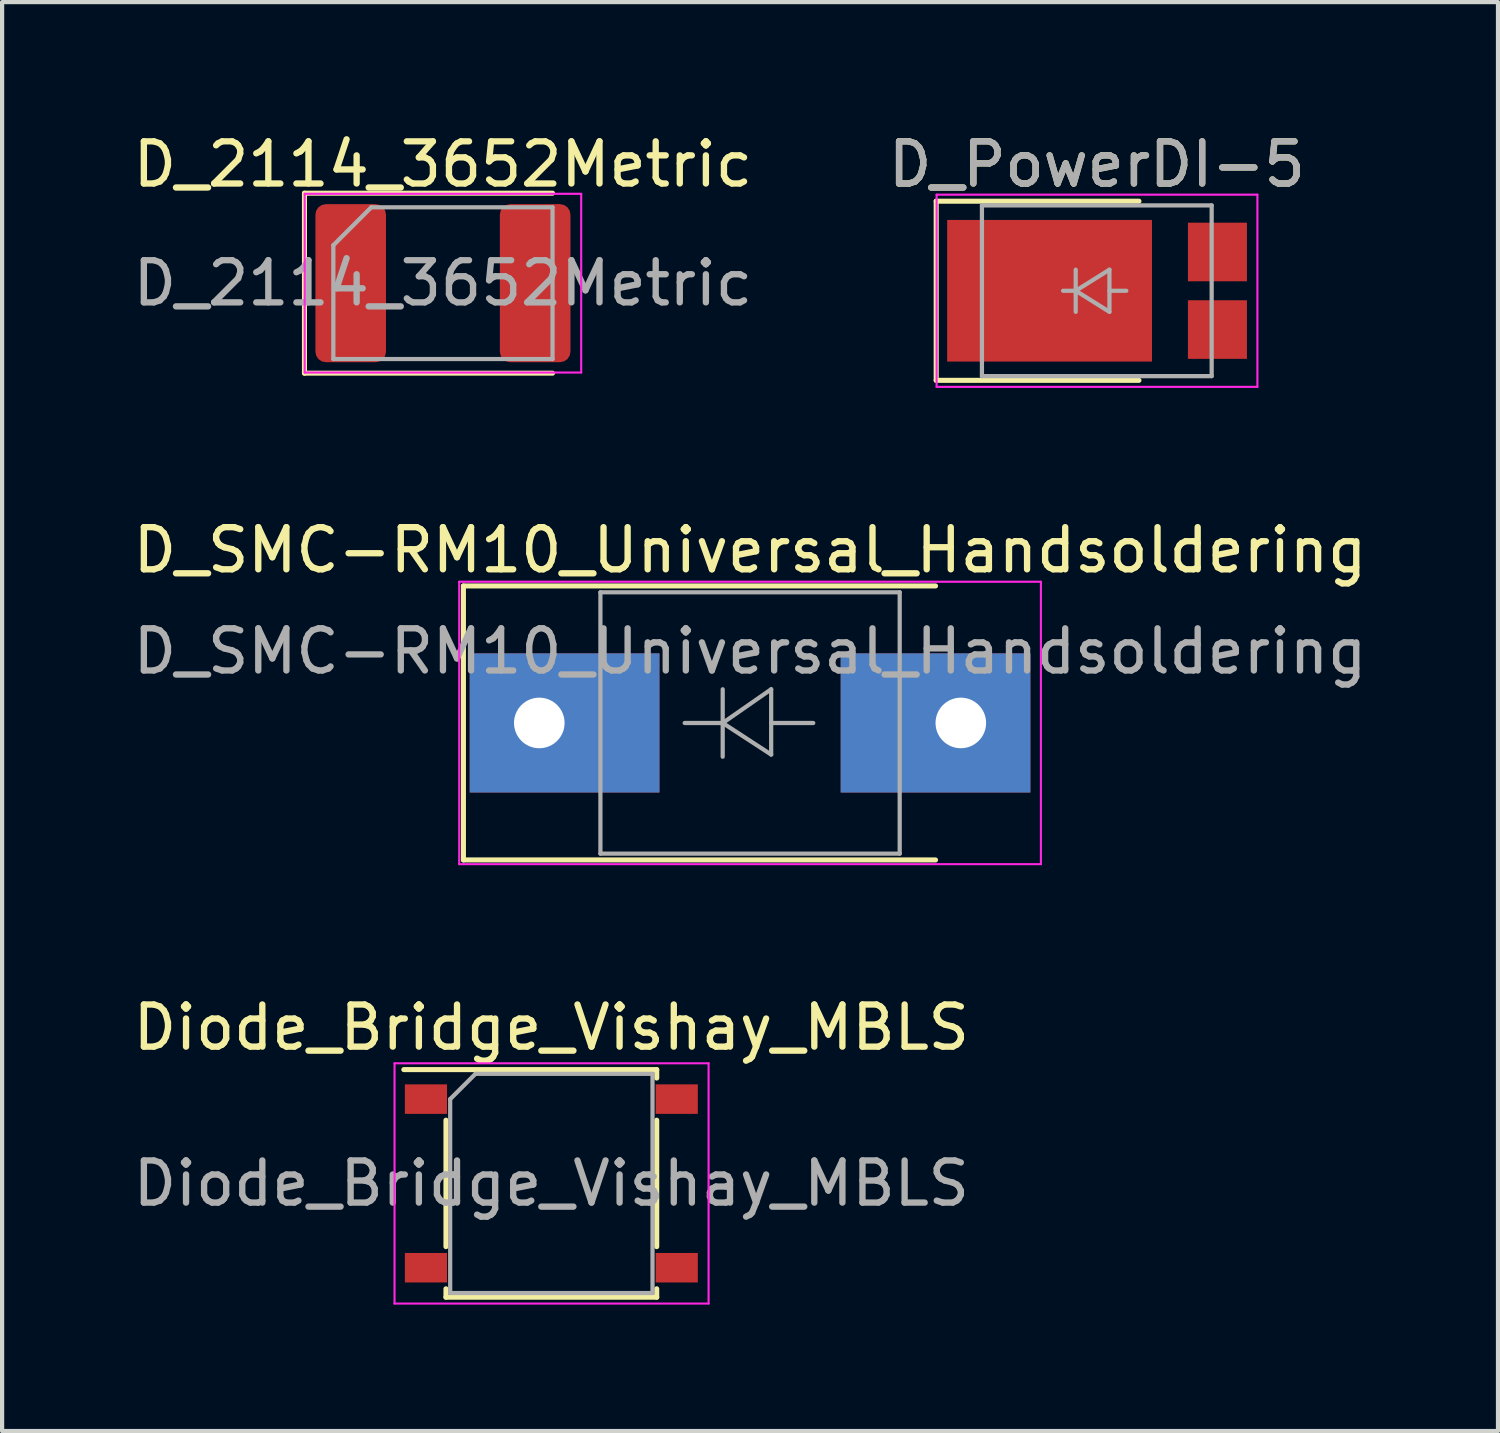
<source format=kicad_pcb>
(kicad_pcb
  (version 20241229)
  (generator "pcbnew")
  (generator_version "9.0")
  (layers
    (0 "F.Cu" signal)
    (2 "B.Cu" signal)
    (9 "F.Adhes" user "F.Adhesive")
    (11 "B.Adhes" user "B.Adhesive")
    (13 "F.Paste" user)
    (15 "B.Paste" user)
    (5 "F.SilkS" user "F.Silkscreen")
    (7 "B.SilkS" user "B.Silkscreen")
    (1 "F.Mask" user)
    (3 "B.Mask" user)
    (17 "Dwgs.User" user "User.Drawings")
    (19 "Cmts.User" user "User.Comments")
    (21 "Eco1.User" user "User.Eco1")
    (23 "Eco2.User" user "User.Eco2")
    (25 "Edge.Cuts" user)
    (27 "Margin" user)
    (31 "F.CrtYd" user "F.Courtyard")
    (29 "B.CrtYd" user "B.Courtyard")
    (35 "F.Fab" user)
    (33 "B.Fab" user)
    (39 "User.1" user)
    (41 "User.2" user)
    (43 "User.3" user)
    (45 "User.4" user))
  (footprint "D_PowerDI-5"
    (layer "F.Cu")
    (at 22.97 3.848)
    (property "Reference" "D_PowerDI-5" (at 0 -3 0) (layer "F.SilkS") (effects (font (size 1 1) (thickness 0.15))))
    (attr smd)
    (fp_line (start -3.81 2.125) (end -3.81 -2.125) (stroke (width 0.12) (type solid)) (layer "F.SilkS"))
    (fp_line (start -3.81 2.125) (end 1 2.125) (stroke (width 0.12) (type solid)) (layer "F.SilkS"))
    (fp_line (start 1 -2.125) (end -3.81 -2.125) (stroke (width 0.12) (type solid)) (layer "F.SilkS"))
    (fp_line (start -3.8 -2.28) (end 3.81 -2.28) (stroke (width 0.05) (type solid)) (layer "F.CrtYd"))
    (fp_line (start -3.8 2.28) (end -3.8 -2.28) (stroke (width 0.05) (type solid)) (layer "F.CrtYd"))
    (fp_line (start 3.81 -2.28) (end 3.81 2.28) (stroke (width 0.05) (type solid)) (layer "F.CrtYd"))
    (fp_line (start 3.81 2.28) (end -3.8 2.28) (stroke (width 0.05) (type solid)) (layer "F.CrtYd"))
    (fp_line (start -2.725 -2.025) (end 2.725 -2.025) (stroke (width 0.1) (type solid)) (layer "F.Fab"))
    (fp_line (start -2.725 2.025) (end -2.725 -2.025) (stroke (width 0.1) (type solid)) (layer "F.Fab"))
    (fp_line (start -0.8 0) (end -0.5 0) (stroke (width 0.1) (type solid)) (layer "F.Fab"))
    (fp_line (start -0.5 0) (end -0.5 -0.5) (stroke (width 0.1) (type solid)) (layer "F.Fab"))
    (fp_line (start -0.5 0) (end -0.5 0.5) (stroke (width 0.1) (type solid)) (layer "F.Fab"))
    (fp_line (start -0.5 0) (end 0.3 0.5) (stroke (width 0.1) (type solid)) (layer "F.Fab"))
    (fp_line (start 0.3 -0.5) (end -0.5 0) (stroke (width 0.1) (type solid)) (layer "F.Fab"))
    (fp_line (start 0.3 0) (end 0.7 0) (stroke (width 0.1) (type solid)) (layer "F.Fab"))
    (fp_line (start 0.3 0.5) (end 0.3 -0.5) (stroke (width 0.1) (type solid)) (layer "F.Fab"))
    (fp_line (start 2.725 -2.025) (end 2.725 2.025) (stroke (width 0.1) (type solid)) (layer "F.Fab"))
    (fp_line (start 2.725 2.025) (end -2.725 2.025) (stroke (width 0.1) (type solid)) (layer "F.Fab"))
    (fp_text user "${REFERENCE}" (at 0 -3 0) (layer "F.Fab") (effects (font (size 1 1) (thickness 0.15))))
    (pad "1" smd rect (at -1.12 0 180) (size 4.86 3.36) (layers "F.Cu" "F.Mask" "F.Paste"))
    (pad "2" smd rect (at 2.862 -0.92 180) (size 1.4 1.39) (layers "F.Cu" "F.Mask" "F.Paste"))
    (pad "2" smd rect (at 2.862 0.92 180) (size 1.4 1.39) (layers "F.Cu" "F.Mask" "F.Paste")))
  (footprint "D_SMC-RM10_Universal_Handsoldering"
    (layer "F.Cu")
    (at 14.744 14.101)
    (property "Reference" "D_SMC-RM10_Universal_Handsoldering" (at 0 -4.1 0) (layer "F.SilkS") (effects (font (size 1 1) (thickness 0.15))))
    (attr through_hole)
    (fp_line (start -6.8 -3.25) (end 4.4 -3.25) (stroke (width 0.12) (type solid)) (layer "F.SilkS"))
    (fp_line (start -6.8 3.25) (end -6.8 -3.25) (stroke (width 0.12) (type solid)) (layer "F.SilkS"))
    (fp_line (start -6.8 3.25) (end 4.4 3.25) (stroke (width 0.12) (type solid)) (layer "F.SilkS"))
    (fp_line (start -6.9 -3.35) (end 6.9 -3.35) (stroke (width 0.05) (type solid)) (layer "F.CrtYd"))
    (fp_line (start -6.9 3.35) (end -6.9 -3.35) (stroke (width 0.05) (type solid)) (layer "F.CrtYd"))
    (fp_line (start 6.9 -3.35) (end 6.9 3.35) (stroke (width 0.05) (type solid)) (layer "F.CrtYd"))
    (fp_line (start 6.9 3.35) (end -6.9 3.35) (stroke (width 0.05) (type solid)) (layer "F.CrtYd"))
    (fp_line (start -3.55 3.1) (end -3.55 -3.1) (stroke (width 0.1) (type solid)) (layer "F.Fab"))
    (fp_line (start -0.649 -0.799) (end -0.649 0.801) (stroke (width 0.1) (type solid)) (layer "F.Fab"))
    (fp_line (start -0.649 0.001) (end -1.551 0.001) (stroke (width 0.1) (type solid)) (layer "F.Fab"))
    (fp_line (start -0.649 0.001) (end 0.501 -0.799) (stroke (width 0.1) (type solid)) (layer "F.Fab"))
    (fp_line (start -0.649 0.001) (end 0.501 0.75) (stroke (width 0.1) (type solid)) (layer "F.Fab"))
    (fp_line (start 0.501 0.001) (end 1.499 0.001) (stroke (width 0.1) (type solid)) (layer "F.Fab"))
    (fp_line (start 0.501 0.75) (end 0.501 -0.799) (stroke (width 0.1) (type solid)) (layer "F.Fab"))
    (fp_line (start 3.55 -3.1) (end -3.55 -3.1) (stroke (width 0.1) (type solid)) (layer "F.Fab"))
    (fp_line (start 3.55 -3.1) (end 3.55 3.1) (stroke (width 0.1) (type solid)) (layer "F.Fab"))
    (fp_line (start 3.55 3.1) (end -3.55 3.1) (stroke (width 0.1) (type solid)) (layer "F.Fab"))
    (fp_text user "${REFERENCE}" (at 0 -1.7 0) (layer "F.Fab") (effects (font (size 1 1) (thickness 0.15))))
    (pad "1" thru_hole rect (at -5 0) (size 4.5 3.3) (drill 1.2 (offset 0.6 0)) (layers "*.Cu" "*.Mask"))
    (pad "2" thru_hole rect (at 5 0 180) (size 4.5 3.3) (drill 1.2 (offset 0.6 0)) (layers "*.Cu" "*.Mask")))
  (footprint "Diode_Bridge_Vishay_MBLS"
    (layer "F.Cu")
    (at 10.03 25.025)
    (property "Reference" "Diode_Bridge_Vishay_MBLS" (at 0 -3.7 0) (layer "F.SilkS") (effects (font (size 1 1) (thickness 0.15))))
    (attr smd)
    (fp_line (start -2.5 1.5) (end -2.5 -1.5) (stroke (width 0.12) (type solid)) (layer "F.SilkS"))
    (fp_line (start -2.5 2.7) (end -2.5 2.5) (stroke (width 0.12) (type solid)) (layer "F.SilkS"))
    (fp_line (start 2.5 -2.7) (end -3.5 -2.7) (stroke (width 0.12) (type solid)) (layer "F.SilkS"))
    (fp_line (start 2.5 -2.5) (end 2.5 -2.7) (stroke (width 0.12) (type solid)) (layer "F.SilkS"))
    (fp_line (start 2.5 -1.5) (end 2.5 1.5) (stroke (width 0.12) (type solid)) (layer "F.SilkS"))
    (fp_line (start 2.5 2.5) (end 2.5 2.7) (stroke (width 0.12) (type solid)) (layer "F.SilkS"))
    (fp_line (start 2.5 2.7) (end -2.5 2.7) (stroke (width 0.12) (type solid)) (layer "F.SilkS"))
    (fp_line (start -3.72 -2.85) (end -3.72 2.85) (stroke (width 0.05) (type solid)) (layer "F.CrtYd"))
    (fp_line (start -3.72 -2.85) (end 3.73 -2.85) (stroke (width 0.05) (type solid)) (layer "F.CrtYd"))
    (fp_line (start 3.73 2.85) (end -3.72 2.85) (stroke (width 0.05) (type solid)) (layer "F.CrtYd"))
    (fp_line (start 3.73 2.85) (end 3.73 -2.85) (stroke (width 0.05) (type solid)) (layer "F.CrtYd"))
    (fp_line (start -2.4 -2) (end -2.4 2.6) (stroke (width 0.1) (type solid)) (layer "F.Fab"))
    (fp_line (start -2.4 2.6) (end 2.4 2.6) (stroke (width 0.1) (type solid)) (layer "F.Fab"))
    (fp_line (start -1.8 -2.6) (end -2.4 -2) (stroke (width 0.1) (type solid)) (layer "F.Fab"))
    (fp_line (start 2.4 -2.6) (end -1.8 -2.6) (stroke (width 0.1) (type solid)) (layer "F.Fab"))
    (fp_line (start 2.4 2.6) (end 2.4 -2.6) (stroke (width 0.1) (type solid)) (layer "F.Fab"))
    (fp_text user "${REFERENCE}" (at 0 0 0) (layer "F.Fab") (effects (font (size 1 1) (thickness 0.15))))
    (pad "1" smd rect (at -2.975 -2) (size 1 0.7) (layers "F.Cu" "F.Mask" "F.Paste"))
    (pad "2" smd rect (at 2.975 -2) (size 1 0.7) (layers "F.Cu" "F.Mask" "F.Paste"))
    (pad "3" smd rect (at 2.975 2) (size 1 0.7) (layers "F.Cu" "F.Mask" "F.Paste"))
    (pad "4" smd rect (at -2.975 2) (size 1 0.7) (layers "F.Cu" "F.Mask" "F.Paste")))
  (footprint "D_2114_3652Metric"
    (layer "F.Cu")
    (at 7.458 3.668)
    (property "Reference" "D_2114_3652Metric" (at 0 -2.82 0) (layer "F.SilkS") (effects (font (size 1 1) (thickness 0.15))))
    (attr smd)
    (fp_line (start -3.285 -2.135) (end -3.285 2.135) (stroke (width 0.12) (type solid)) (layer "F.SilkS"))
    (fp_line (start -3.285 2.135) (end 2.6 2.135) (stroke (width 0.12) (type solid)) (layer "F.SilkS"))
    (fp_line (start 2.6 -2.135) (end -3.285 -2.135) (stroke (width 0.12) (type solid)) (layer "F.SilkS"))
    (fp_line (start -3.28 -2.12) (end 3.28 -2.12) (stroke (width 0.05) (type solid)) (layer "F.CrtYd"))
    (fp_line (start -3.28 2.12) (end -3.28 -2.12) (stroke (width 0.05) (type solid)) (layer "F.CrtYd"))
    (fp_line (start 3.28 -2.12) (end 3.28 2.12) (stroke (width 0.05) (type solid)) (layer "F.CrtYd"))
    (fp_line (start 3.28 2.12) (end -3.28 2.12) (stroke (width 0.05) (type solid)) (layer "F.CrtYd"))
    (fp_line (start -2.6 -0.9) (end -2.6 1.8) (stroke (width 0.1) (type solid)) (layer "F.Fab"))
    (fp_line (start -2.6 1.8) (end 2.6 1.8) (stroke (width 0.1) (type solid)) (layer "F.Fab"))
    (fp_line (start -1.7 -1.8) (end -2.6 -0.9) (stroke (width 0.1) (type solid)) (layer "F.Fab"))
    (fp_line (start 2.6 -1.8) (end -1.7 -1.8) (stroke (width 0.1) (type solid)) (layer "F.Fab"))
    (fp_line (start 2.6 1.8) (end 2.6 -1.8) (stroke (width 0.1) (type solid)) (layer "F.Fab"))
    (fp_text user "${REFERENCE}" (at 0 0 0) (layer "F.Fab") (effects (font (size 1 1) (thickness 0.15))))
    (pad "1" smd roundrect (at -2.188 0) (size 1.675 3.75) (layers "F.Cu" "F.Mask" "F.Paste") (roundrect_rratio 0.149))
    (pad "2" smd roundrect (at 2.188 0) (size 1.675 3.75) (layers "F.Cu" "F.Mask" "F.Paste") (roundrect_rratio 0.149)))
  (gr_rect
    (start -3 -3)
    (end 32.488 30.9)
    (stroke (width 0.1) (type default))
    (fill no)
    (layer "Edge.Cuts")))
</source>
